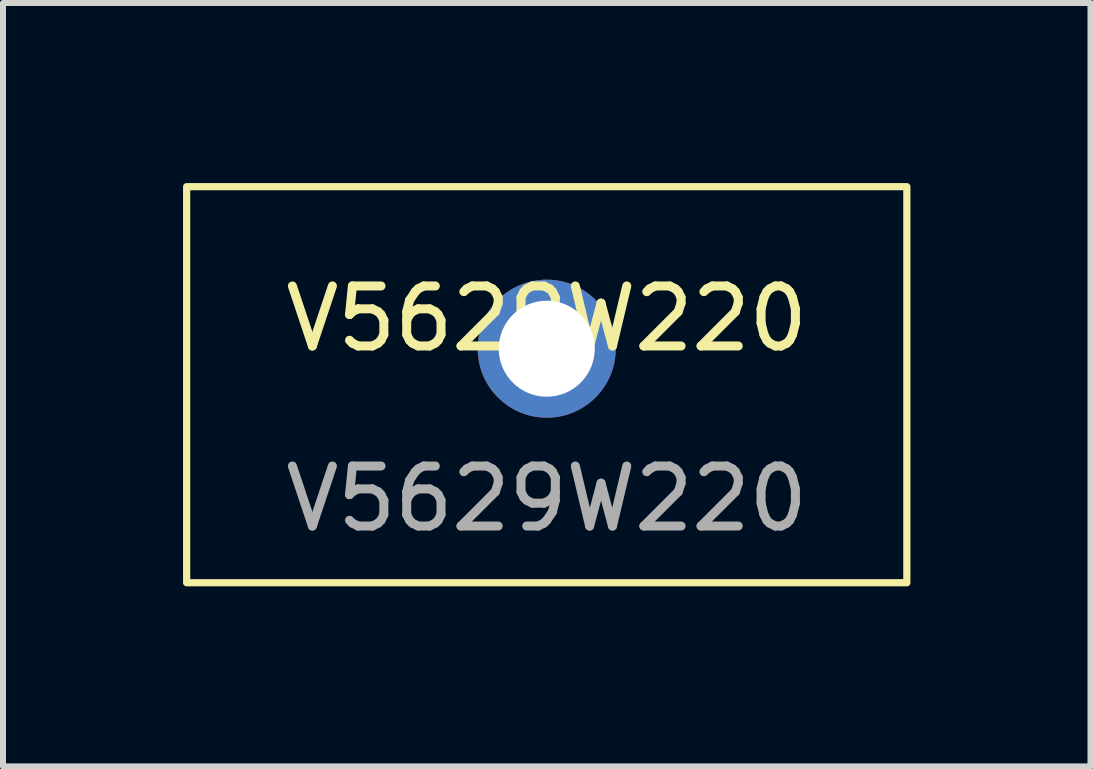
<source format=kicad_pcb>
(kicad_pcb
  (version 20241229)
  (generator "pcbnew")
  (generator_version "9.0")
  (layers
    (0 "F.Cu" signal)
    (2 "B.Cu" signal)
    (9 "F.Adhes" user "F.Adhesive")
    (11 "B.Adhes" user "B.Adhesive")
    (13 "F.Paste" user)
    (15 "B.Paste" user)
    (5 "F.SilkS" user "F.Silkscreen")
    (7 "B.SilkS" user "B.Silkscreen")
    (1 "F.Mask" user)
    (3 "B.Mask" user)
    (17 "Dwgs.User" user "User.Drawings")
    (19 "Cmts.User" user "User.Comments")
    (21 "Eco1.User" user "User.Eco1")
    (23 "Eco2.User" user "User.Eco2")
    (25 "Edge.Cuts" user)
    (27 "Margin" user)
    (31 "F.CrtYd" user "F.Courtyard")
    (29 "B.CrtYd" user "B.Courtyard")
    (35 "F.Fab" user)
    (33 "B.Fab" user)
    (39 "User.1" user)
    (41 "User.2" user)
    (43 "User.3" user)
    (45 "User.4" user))
  (footprint "V5629W220"
    (layer "F.Cu")
    (at 6.06 2.76)
    (property "Reference" "V5629W220" (at 0 -0.5 0) (unlocked yes) (layer "F.SilkS") (effects (font (size 1 1) (thickness 0.15))))
    (attr through_hole)
    (fp_rect (start -6 -2.7) (end 6 3.9) (stroke (width 0.12) (type default)) (fill no) (layer "F.SilkS"))
    (fp_text user "${REFERENCE}" (at 0 2.5 0) (unlocked yes) (layer "F.Fab") (effects (font (size 1 1) (thickness 0.15))))
    (pad "" np_thru_hole circle (at 0 0) (size 2.3 2.3) (drill 1.6) (layers "*.Cu" "*.Mask")))
  (gr_rect
    (start -3 -3)
    (end 15.12 9.72)
    (stroke (width 0.1) (type default))
    (fill no)
    (layer "Edge.Cuts")))
</source>
